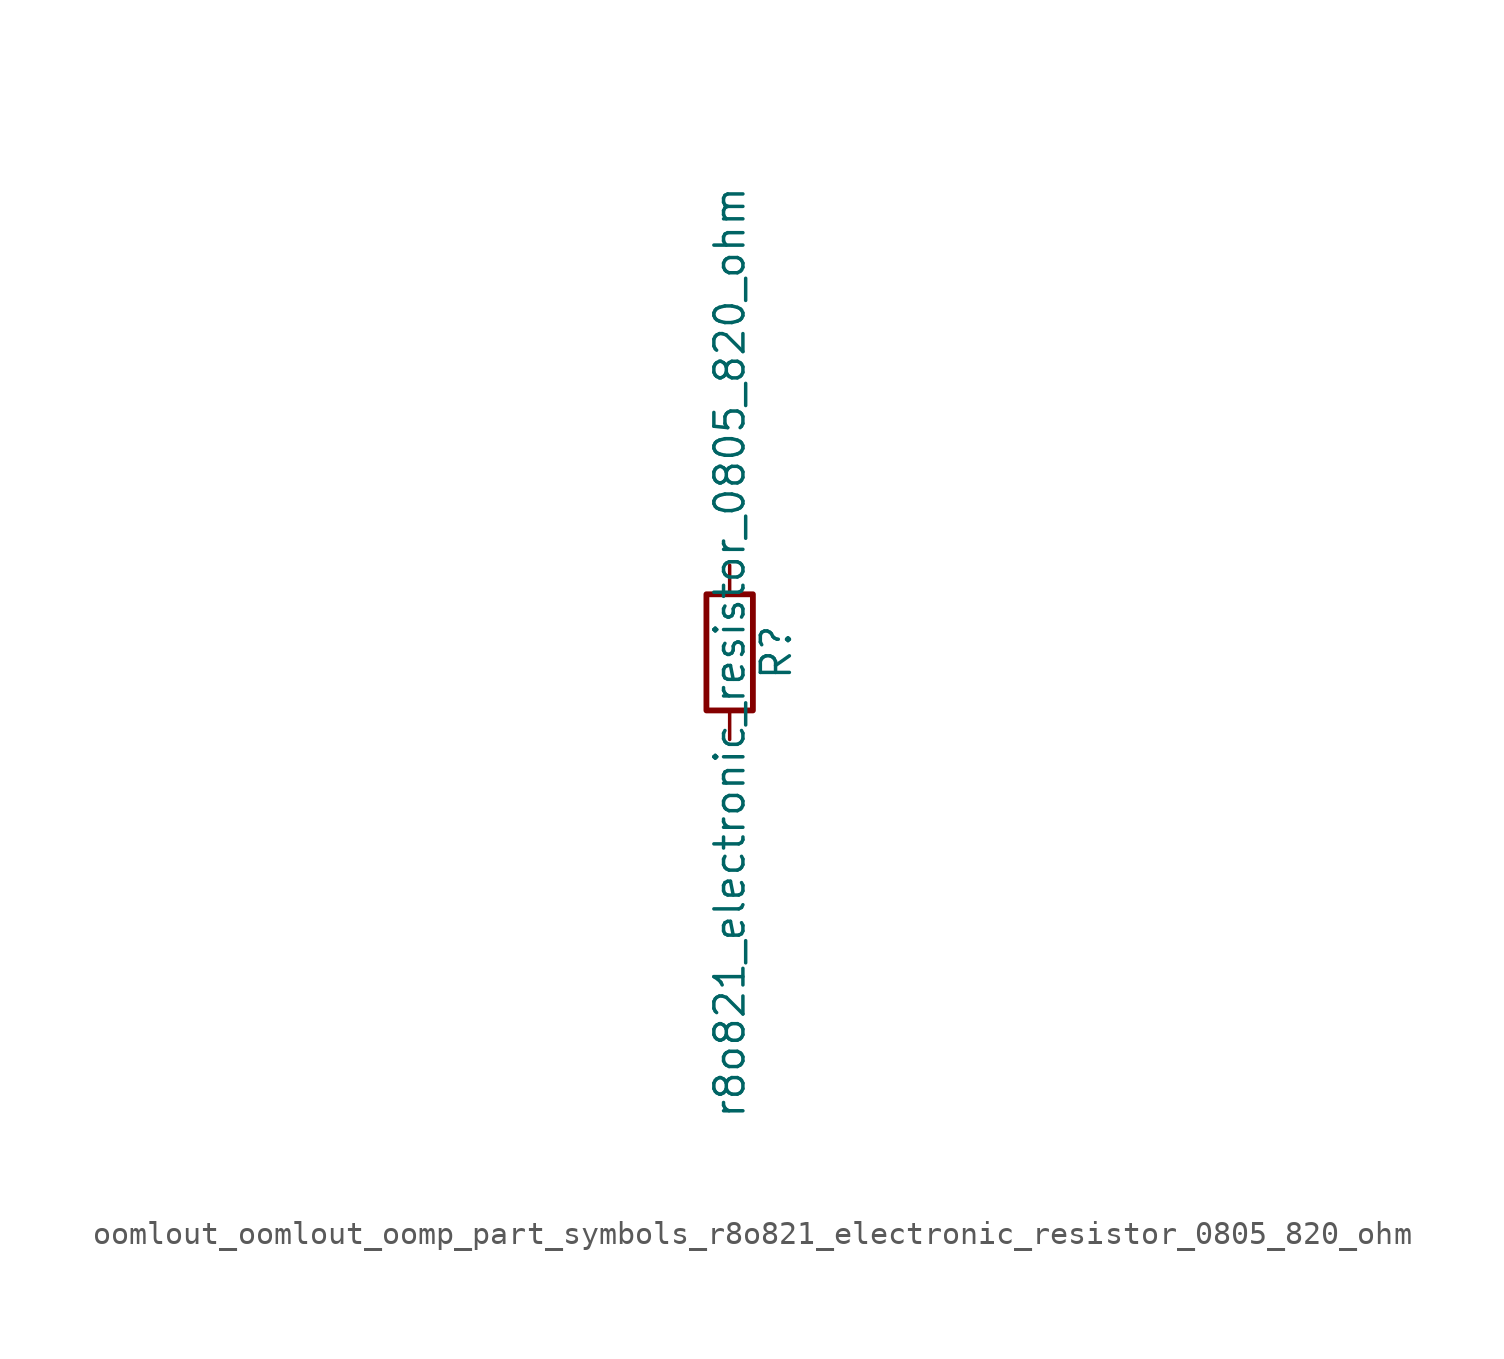
<source format=kicad_sym>
(kicad_symbol_lib
  (version 20220914)
  (generator kicad_symbol_editor)
  (symbol "oomlout_oomlout_oomp_part_symbols_r8o821_electronic_resistor_0805_820_ohm"
    (pin_numbers hide)
    (pin_names
      (offset 0))
    (property "Reference" "R"
      (at 2.032 0 90)
      (effects (font (size 1.27 1.27))))
    (property "Value" "r8o821_electronic_resistor_0805_820_ohm"
      (at 0 0 90)
      (effects (font (size 1.27 1.27))))
    (symbol "oomlout_oomlout_oomp_part_symbols_r8o821_electronic_resistor_0805_820_ohm_0_1"
      (rectangle (start -1.016 -2.54) (end 1.016 2.54) (stroke (width 0.254) (type default)) (fill (type none))))
    (symbol "oomlout_oomlout_oomp_part_symbols_r8o821_electronic_resistor_0805_820_ohm_1_1"
      (pin passive line (at 0 3.81 270) (length 1.27) (name "~" (effects (font (size 1.27 1.27)))) (number "1" (effects (font (size 1.27 1.27)))))
      (pin passive line (at 0 -3.81 90) (length 1.27) (name "~" (effects (font (size 1.27 1.27)))) (number "2" (effects (font (size 1.27 1.27))))))))
</source>
